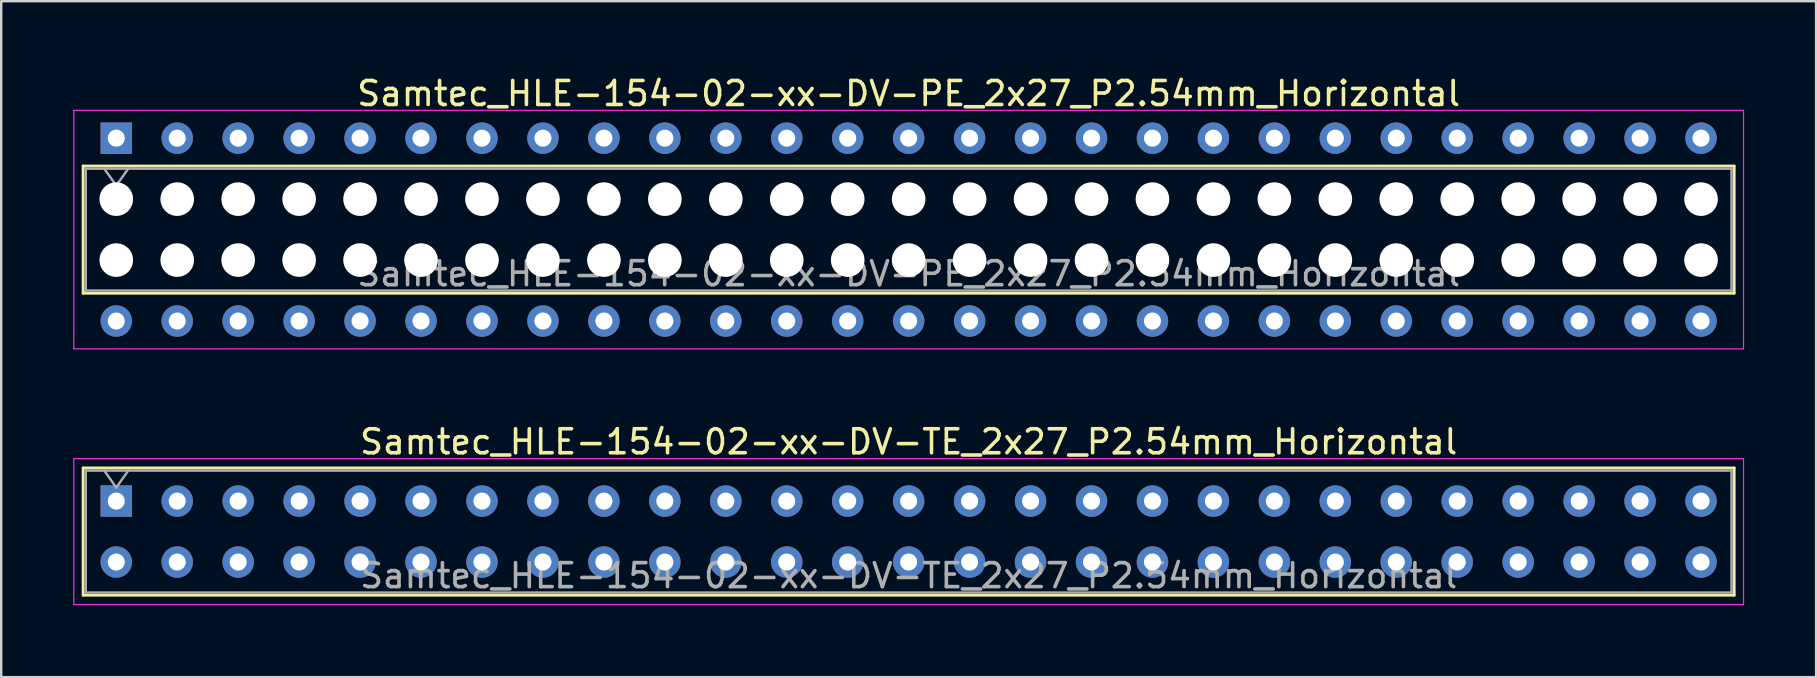
<source format=kicad_pcb>
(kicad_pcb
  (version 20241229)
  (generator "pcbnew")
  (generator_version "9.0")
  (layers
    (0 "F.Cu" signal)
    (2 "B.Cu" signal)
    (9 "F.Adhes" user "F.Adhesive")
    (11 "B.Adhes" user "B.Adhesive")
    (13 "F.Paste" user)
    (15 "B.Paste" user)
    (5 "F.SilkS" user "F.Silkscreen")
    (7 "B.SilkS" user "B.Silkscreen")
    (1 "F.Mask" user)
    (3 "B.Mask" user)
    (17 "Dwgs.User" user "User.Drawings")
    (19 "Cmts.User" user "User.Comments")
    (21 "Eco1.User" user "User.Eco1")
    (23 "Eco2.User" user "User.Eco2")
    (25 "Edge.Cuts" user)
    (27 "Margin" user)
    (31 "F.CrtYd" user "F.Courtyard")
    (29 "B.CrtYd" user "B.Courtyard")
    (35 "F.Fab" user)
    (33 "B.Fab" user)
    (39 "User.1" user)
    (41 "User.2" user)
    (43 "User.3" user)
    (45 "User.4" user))
  (footprint "Samtec_HLE-154-02-xx-DV-PE_2x27_P2.54mm_Horizontal"
    (layer "F.Cu")
    (at 1.795 2.708)
    (property "Reference" "Samtec_HLE-154-02-xx-DV-PE_2x27_P2.54mm_Horizontal" (at 33.02 -1.86 0) (layer "F.SilkS") (effects (font (size 1 1) (thickness 0.15))))
    (attr through_hole)
    (fp_line (start -1.38 1.16) (end 67.42 1.16) (stroke (width 0.12) (type solid)) (layer "F.SilkS"))
    (fp_line (start -1.38 6.46) (end -1.38 1.16) (stroke (width 0.12) (type solid)) (layer "F.SilkS"))
    (fp_line (start 67.42 1.16) (end 67.42 6.46) (stroke (width 0.12) (type solid)) (layer "F.SilkS"))
    (fp_line (start 67.42 6.46) (end -1.38 6.46) (stroke (width 0.12) (type solid)) (layer "F.SilkS"))
    (fp_line (start -1.77 -1.16) (end 67.81 -1.16) (stroke (width 0.05) (type solid)) (layer "F.CrtYd"))
    (fp_line (start -1.77 8.78) (end -1.77 -1.16) (stroke (width 0.05) (type solid)) (layer "F.CrtYd"))
    (fp_line (start 67.81 -1.16) (end 67.81 8.78) (stroke (width 0.05) (type solid)) (layer "F.CrtYd"))
    (fp_line (start 67.81 8.78) (end -1.77 8.78) (stroke (width 0.05) (type solid)) (layer "F.CrtYd"))
    (fp_line (start -1.27 1.27) (end 67.31 1.27) (stroke (width 0.1) (type solid)) (layer "F.Fab"))
    (fp_line (start -1.27 6.35) (end -1.27 1.27) (stroke (width 0.1) (type solid)) (layer "F.Fab"))
    (fp_line (start -0.5 1.27) (end 0 1.977) (stroke (width 0.1) (type solid)) (layer "F.Fab"))
    (fp_line (start 0 1.977) (end 0.5 1.27) (stroke (width 0.1) (type solid)) (layer "F.Fab"))
    (fp_line (start 67.31 1.27) (end 67.31 6.35) (stroke (width 0.1) (type solid)) (layer "F.Fab"))
    (fp_line (start 67.31 6.35) (end -1.27 6.35) (stroke (width 0.1) (type solid)) (layer "F.Fab"))
    (fp_text user "${REFERENCE}" (at 33.02 5.65 0) (layer "F.Fab") (effects (font (size 1 1) (thickness 0.15))))
    (pad "" np_thru_hole circle (at 0 2.54) (size 1.4 1.4) (drill 1.4) (layers "*.Cu" "*.Mask"))
    (pad "" np_thru_hole circle (at 0 5.08) (size 1.4 1.4) (drill 1.4) (layers "*.Cu" "*.Mask"))
    (pad "" np_thru_hole circle (at 2.54 2.54) (size 1.4 1.4) (drill 1.4) (layers "*.Cu" "*.Mask"))
    (pad "" np_thru_hole circle (at 2.54 5.08) (size 1.4 1.4) (drill 1.4) (layers "*.Cu" "*.Mask"))
    (pad "" np_thru_hole circle (at 5.08 2.54) (size 1.4 1.4) (drill 1.4) (layers "*.Cu" "*.Mask"))
    (pad "" np_thru_hole circle (at 5.08 5.08) (size 1.4 1.4) (drill 1.4) (layers "*.Cu" "*.Mask"))
    (pad "" np_thru_hole circle (at 7.62 2.54) (size 1.4 1.4) (drill 1.4) (layers "*.Cu" "*.Mask"))
    (pad "" np_thru_hole circle (at 7.62 5.08) (size 1.4 1.4) (drill 1.4) (layers "*.Cu" "*.Mask"))
    (pad "" np_thru_hole circle (at 10.16 2.54) (size 1.4 1.4) (drill 1.4) (layers "*.Cu" "*.Mask"))
    (pad "" np_thru_hole circle (at 10.16 5.08) (size 1.4 1.4) (drill 1.4) (layers "*.Cu" "*.Mask"))
    (pad "" np_thru_hole circle (at 12.7 2.54) (size 1.4 1.4) (drill 1.4) (layers "*.Cu" "*.Mask"))
    (pad "" np_thru_hole circle (at 12.7 5.08) (size 1.4 1.4) (drill 1.4) (layers "*.Cu" "*.Mask"))
    (pad "" np_thru_hole circle (at 15.24 2.54) (size 1.4 1.4) (drill 1.4) (layers "*.Cu" "*.Mask"))
    (pad "" np_thru_hole circle (at 15.24 5.08) (size 1.4 1.4) (drill 1.4) (layers "*.Cu" "*.Mask"))
    (pad "" np_thru_hole circle (at 17.78 2.54) (size 1.4 1.4) (drill 1.4) (layers "*.Cu" "*.Mask"))
    (pad "" np_thru_hole circle (at 17.78 5.08) (size 1.4 1.4) (drill 1.4) (layers "*.Cu" "*.Mask"))
    (pad "" np_thru_hole circle (at 20.32 2.54) (size 1.4 1.4) (drill 1.4) (layers "*.Cu" "*.Mask"))
    (pad "" np_thru_hole circle (at 20.32 5.08) (size 1.4 1.4) (drill 1.4) (layers "*.Cu" "*.Mask"))
    (pad "" np_thru_hole circle (at 22.86 2.54) (size 1.4 1.4) (drill 1.4) (layers "*.Cu" "*.Mask"))
    (pad "" np_thru_hole circle (at 22.86 5.08) (size 1.4 1.4) (drill 1.4) (layers "*.Cu" "*.Mask"))
    (pad "" np_thru_hole circle (at 25.4 2.54) (size 1.4 1.4) (drill 1.4) (layers "*.Cu" "*.Mask"))
    (pad "" np_thru_hole circle (at 25.4 5.08) (size 1.4 1.4) (drill 1.4) (layers "*.Cu" "*.Mask"))
    (pad "" np_thru_hole circle (at 27.94 2.54) (size 1.4 1.4) (drill 1.4) (layers "*.Cu" "*.Mask"))
    (pad "" np_thru_hole circle (at 27.94 5.08) (size 1.4 1.4) (drill 1.4) (layers "*.Cu" "*.Mask"))
    (pad "" np_thru_hole circle (at 30.48 2.54) (size 1.4 1.4) (drill 1.4) (layers "*.Cu" "*.Mask"))
    (pad "" np_thru_hole circle (at 30.48 5.08) (size 1.4 1.4) (drill 1.4) (layers "*.Cu" "*.Mask"))
    (pad "" np_thru_hole circle (at 33.02 2.54) (size 1.4 1.4) (drill 1.4) (layers "*.Cu" "*.Mask"))
    (pad "" np_thru_hole circle (at 33.02 5.08) (size 1.4 1.4) (drill 1.4) (layers "*.Cu" "*.Mask"))
    (pad "" np_thru_hole circle (at 35.56 2.54) (size 1.4 1.4) (drill 1.4) (layers "*.Cu" "*.Mask"))
    (pad "" np_thru_hole circle (at 35.56 5.08) (size 1.4 1.4) (drill 1.4) (layers "*.Cu" "*.Mask"))
    (pad "" np_thru_hole circle (at 38.1 2.54) (size 1.4 1.4) (drill 1.4) (layers "*.Cu" "*.Mask"))
    (pad "" np_thru_hole circle (at 38.1 5.08) (size 1.4 1.4) (drill 1.4) (layers "*.Cu" "*.Mask"))
    (pad "" np_thru_hole circle (at 40.64 2.54) (size 1.4 1.4) (drill 1.4) (layers "*.Cu" "*.Mask"))
    (pad "" np_thru_hole circle (at 40.64 5.08) (size 1.4 1.4) (drill 1.4) (layers "*.Cu" "*.Mask"))
    (pad "" np_thru_hole circle (at 43.18 2.54) (size 1.4 1.4) (drill 1.4) (layers "*.Cu" "*.Mask"))
    (pad "" np_thru_hole circle (at 43.18 5.08) (size 1.4 1.4) (drill 1.4) (layers "*.Cu" "*.Mask"))
    (pad "" np_thru_hole circle (at 45.72 2.54) (size 1.4 1.4) (drill 1.4) (layers "*.Cu" "*.Mask"))
    (pad "" np_thru_hole circle (at 45.72 5.08) (size 1.4 1.4) (drill 1.4) (layers "*.Cu" "*.Mask"))
    (pad "" np_thru_hole circle (at 48.26 2.54) (size 1.4 1.4) (drill 1.4) (layers "*.Cu" "*.Mask"))
    (pad "" np_thru_hole circle (at 48.26 5.08) (size 1.4 1.4) (drill 1.4) (layers "*.Cu" "*.Mask"))
    (pad "" np_thru_hole circle (at 50.8 2.54) (size 1.4 1.4) (drill 1.4) (layers "*.Cu" "*.Mask"))
    (pad "" np_thru_hole circle (at 50.8 5.08) (size 1.4 1.4) (drill 1.4) (layers "*.Cu" "*.Mask"))
    (pad "" np_thru_hole circle (at 53.34 2.54) (size 1.4 1.4) (drill 1.4) (layers "*.Cu" "*.Mask"))
    (pad "" np_thru_hole circle (at 53.34 5.08) (size 1.4 1.4) (drill 1.4) (layers "*.Cu" "*.Mask"))
    (pad "" np_thru_hole circle (at 55.88 2.54) (size 1.4 1.4) (drill 1.4) (layers "*.Cu" "*.Mask"))
    (pad "" np_thru_hole circle (at 55.88 5.08) (size 1.4 1.4) (drill 1.4) (layers "*.Cu" "*.Mask"))
    (pad "" np_thru_hole circle (at 58.42 2.54) (size 1.4 1.4) (drill 1.4) (layers "*.Cu" "*.Mask"))
    (pad "" np_thru_hole circle (at 58.42 5.08) (size 1.4 1.4) (drill 1.4) (layers "*.Cu" "*.Mask"))
    (pad "" np_thru_hole circle (at 60.96 2.54) (size 1.4 1.4) (drill 1.4) (layers "*.Cu" "*.Mask"))
    (pad "" np_thru_hole circle (at 60.96 5.08) (size 1.4 1.4) (drill 1.4) (layers "*.Cu" "*.Mask"))
    (pad "" np_thru_hole circle (at 63.5 2.54) (size 1.4 1.4) (drill 1.4) (layers "*.Cu" "*.Mask"))
    (pad "" np_thru_hole circle (at 63.5 5.08) (size 1.4 1.4) (drill 1.4) (layers "*.Cu" "*.Mask"))
    (pad "" np_thru_hole circle (at 66.04 2.54) (size 1.4 1.4) (drill 1.4) (layers "*.Cu" "*.Mask"))
    (pad "" np_thru_hole circle (at 66.04 5.08) (size 1.4 1.4) (drill 1.4) (layers "*.Cu" "*.Mask"))
    (pad "1" thru_hole rect (at 0 0) (size 1.31 1.31) (drill 0.71) (layers "*.Cu" "*.Mask"))
    (pad "2" thru_hole circle (at 0 7.62) (size 1.31 1.31) (drill 0.71) (layers "*.Cu" "*.Mask"))
    (pad "3" thru_hole circle (at 2.54 0) (size 1.31 1.31) (drill 0.71) (layers "*.Cu" "*.Mask"))
    (pad "4" thru_hole circle (at 2.54 7.62) (size 1.31 1.31) (drill 0.71) (layers "*.Cu" "*.Mask"))
    (pad "5" thru_hole circle (at 5.08 0) (size 1.31 1.31) (drill 0.71) (layers "*.Cu" "*.Mask"))
    (pad "6" thru_hole circle (at 5.08 7.62) (size 1.31 1.31) (drill 0.71) (layers "*.Cu" "*.Mask"))
    (pad "7" thru_hole circle (at 7.62 0) (size 1.31 1.31) (drill 0.71) (layers "*.Cu" "*.Mask"))
    (pad "8" thru_hole circle (at 7.62 7.62) (size 1.31 1.31) (drill 0.71) (layers "*.Cu" "*.Mask"))
    (pad "9" thru_hole circle (at 10.16 0) (size 1.31 1.31) (drill 0.71) (layers "*.Cu" "*.Mask"))
    (pad "10" thru_hole circle (at 10.16 7.62) (size 1.31 1.31) (drill 0.71) (layers "*.Cu" "*.Mask"))
    (pad "11" thru_hole circle (at 12.7 0) (size 1.31 1.31) (drill 0.71) (layers "*.Cu" "*.Mask"))
    (pad "12" thru_hole circle (at 12.7 7.62) (size 1.31 1.31) (drill 0.71) (layers "*.Cu" "*.Mask"))
    (pad "13" thru_hole circle (at 15.24 0) (size 1.31 1.31) (drill 0.71) (layers "*.Cu" "*.Mask"))
    (pad "14" thru_hole circle (at 15.24 7.62) (size 1.31 1.31) (drill 0.71) (layers "*.Cu" "*.Mask"))
    (pad "15" thru_hole circle (at 17.78 0) (size 1.31 1.31) (drill 0.71) (layers "*.Cu" "*.Mask"))
    (pad "16" thru_hole circle (at 17.78 7.62) (size 1.31 1.31) (drill 0.71) (layers "*.Cu" "*.Mask"))
    (pad "17" thru_hole circle (at 20.32 0) (size 1.31 1.31) (drill 0.71) (layers "*.Cu" "*.Mask"))
    (pad "18" thru_hole circle (at 20.32 7.62) (size 1.31 1.31) (drill 0.71) (layers "*.Cu" "*.Mask"))
    (pad "19" thru_hole circle (at 22.86 0) (size 1.31 1.31) (drill 0.71) (layers "*.Cu" "*.Mask"))
    (pad "20" thru_hole circle (at 22.86 7.62) (size 1.31 1.31) (drill 0.71) (layers "*.Cu" "*.Mask"))
    (pad "21" thru_hole circle (at 25.4 0) (size 1.31 1.31) (drill 0.71) (layers "*.Cu" "*.Mask"))
    (pad "22" thru_hole circle (at 25.4 7.62) (size 1.31 1.31) (drill 0.71) (layers "*.Cu" "*.Mask"))
    (pad "23" thru_hole circle (at 27.94 0) (size 1.31 1.31) (drill 0.71) (layers "*.Cu" "*.Mask"))
    (pad "24" thru_hole circle (at 27.94 7.62) (size 1.31 1.31) (drill 0.71) (layers "*.Cu" "*.Mask"))
    (pad "25" thru_hole circle (at 30.48 0) (size 1.31 1.31) (drill 0.71) (layers "*.Cu" "*.Mask"))
    (pad "26" thru_hole circle (at 30.48 7.62) (size 1.31 1.31) (drill 0.71) (layers "*.Cu" "*.Mask"))
    (pad "27" thru_hole circle (at 33.02 0) (size 1.31 1.31) (drill 0.71) (layers "*.Cu" "*.Mask"))
    (pad "28" thru_hole circle (at 33.02 7.62) (size 1.31 1.31) (drill 0.71) (layers "*.Cu" "*.Mask"))
    (pad "29" thru_hole circle (at 35.56 0) (size 1.31 1.31) (drill 0.71) (layers "*.Cu" "*.Mask"))
    (pad "30" thru_hole circle (at 35.56 7.62) (size 1.31 1.31) (drill 0.71) (layers "*.Cu" "*.Mask"))
    (pad "31" thru_hole circle (at 38.1 0) (size 1.31 1.31) (drill 0.71) (layers "*.Cu" "*.Mask"))
    (pad "32" thru_hole circle (at 38.1 7.62) (size 1.31 1.31) (drill 0.71) (layers "*.Cu" "*.Mask"))
    (pad "33" thru_hole circle (at 40.64 0) (size 1.31 1.31) (drill 0.71) (layers "*.Cu" "*.Mask"))
    (pad "34" thru_hole circle (at 40.64 7.62) (size 1.31 1.31) (drill 0.71) (layers "*.Cu" "*.Mask"))
    (pad "35" thru_hole circle (at 43.18 0) (size 1.31 1.31) (drill 0.71) (layers "*.Cu" "*.Mask"))
    (pad "36" thru_hole circle (at 43.18 7.62) (size 1.31 1.31) (drill 0.71) (layers "*.Cu" "*.Mask"))
    (pad "37" thru_hole circle (at 45.72 0) (size 1.31 1.31) (drill 0.71) (layers "*.Cu" "*.Mask"))
    (pad "38" thru_hole circle (at 45.72 7.62) (size 1.31 1.31) (drill 0.71) (layers "*.Cu" "*.Mask"))
    (pad "39" thru_hole circle (at 48.26 0) (size 1.31 1.31) (drill 0.71) (layers "*.Cu" "*.Mask"))
    (pad "40" thru_hole circle (at 48.26 7.62) (size 1.31 1.31) (drill 0.71) (layers "*.Cu" "*.Mask"))
    (pad "41" thru_hole circle (at 50.8 0) (size 1.31 1.31) (drill 0.71) (layers "*.Cu" "*.Mask"))
    (pad "42" thru_hole circle (at 50.8 7.62) (size 1.31 1.31) (drill 0.71) (layers "*.Cu" "*.Mask"))
    (pad "43" thru_hole circle (at 53.34 0) (size 1.31 1.31) (drill 0.71) (layers "*.Cu" "*.Mask"))
    (pad "44" thru_hole circle (at 53.34 7.62) (size 1.31 1.31) (drill 0.71) (layers "*.Cu" "*.Mask"))
    (pad "45" thru_hole circle (at 55.88 0) (size 1.31 1.31) (drill 0.71) (layers "*.Cu" "*.Mask"))
    (pad "46" thru_hole circle (at 55.88 7.62) (size 1.31 1.31) (drill 0.71) (layers "*.Cu" "*.Mask"))
    (pad "47" thru_hole circle (at 58.42 0) (size 1.31 1.31) (drill 0.71) (layers "*.Cu" "*.Mask"))
    (pad "48" thru_hole circle (at 58.42 7.62) (size 1.31 1.31) (drill 0.71) (layers "*.Cu" "*.Mask"))
    (pad "49" thru_hole circle (at 60.96 0) (size 1.31 1.31) (drill 0.71) (layers "*.Cu" "*.Mask"))
    (pad "50" thru_hole circle (at 60.96 7.62) (size 1.31 1.31) (drill 0.71) (layers "*.Cu" "*.Mask"))
    (pad "51" thru_hole circle (at 63.5 0) (size 1.31 1.31) (drill 0.71) (layers "*.Cu" "*.Mask"))
    (pad "52" thru_hole circle (at 63.5 7.62) (size 1.31 1.31) (drill 0.71) (layers "*.Cu" "*.Mask"))
    (pad "53" thru_hole circle (at 66.04 0) (size 1.31 1.31) (drill 0.71) (layers "*.Cu" "*.Mask"))
    (pad "54" thru_hole circle (at 66.04 7.62) (size 1.31 1.31) (drill 0.71) (layers "*.Cu" "*.Mask")))
  (footprint "Samtec_HLE-154-02-xx-DV-TE_2x27_P2.54mm_Horizontal"
    (layer "F.Cu")
    (at 1.795 17.831)
    (property "Reference" "Samtec_HLE-154-02-xx-DV-TE_2x27_P2.54mm_Horizontal" (at 33.02 -2.47 0) (layer "F.SilkS") (effects (font (size 1 1) (thickness 0.15))))
    (attr through_hole)
    (fp_line (start -1.38 -1.38) (end 67.42 -1.38) (stroke (width 0.12) (type solid)) (layer "F.SilkS"))
    (fp_line (start -1.38 3.92) (end -1.38 -1.38) (stroke (width 0.12) (type solid)) (layer "F.SilkS"))
    (fp_line (start 67.42 -1.38) (end 67.42 3.92) (stroke (width 0.12) (type solid)) (layer "F.SilkS"))
    (fp_line (start 67.42 3.92) (end -1.38 3.92) (stroke (width 0.12) (type solid)) (layer "F.SilkS"))
    (fp_line (start -1.77 -1.77) (end 67.81 -1.77) (stroke (width 0.05) (type solid)) (layer "F.CrtYd"))
    (fp_line (start -1.77 4.31) (end -1.77 -1.77) (stroke (width 0.05) (type solid)) (layer "F.CrtYd"))
    (fp_line (start 67.81 -1.77) (end 67.81 4.31) (stroke (width 0.05) (type solid)) (layer "F.CrtYd"))
    (fp_line (start 67.81 4.31) (end -1.77 4.31) (stroke (width 0.05) (type solid)) (layer "F.CrtYd"))
    (fp_line (start -1.27 -1.27) (end 67.31 -1.27) (stroke (width 0.1) (type solid)) (layer "F.Fab"))
    (fp_line (start -1.27 3.81) (end -1.27 -1.27) (stroke (width 0.1) (type solid)) (layer "F.Fab"))
    (fp_line (start -0.5 -1.27) (end 0 -0.563) (stroke (width 0.1) (type solid)) (layer "F.Fab"))
    (fp_line (start 0 -0.563) (end 0.5 -1.27) (stroke (width 0.1) (type solid)) (layer "F.Fab"))
    (fp_line (start 67.31 -1.27) (end 67.31 3.81) (stroke (width 0.1) (type solid)) (layer "F.Fab"))
    (fp_line (start 67.31 3.81) (end -1.27 3.81) (stroke (width 0.1) (type solid)) (layer "F.Fab"))
    (fp_text user "${REFERENCE}" (at 33.02 3.11 0) (layer "F.Fab") (effects (font (size 1 1) (thickness 0.15))))
    (pad "1" thru_hole rect (at 0 0) (size 1.31 1.31) (drill 0.71) (layers "*.Cu" "*.Mask"))
    (pad "2" thru_hole circle (at 0 2.54) (size 1.31 1.31) (drill 0.71) (layers "*.Cu" "*.Mask"))
    (pad "3" thru_hole circle (at 2.54 0) (size 1.31 1.31) (drill 0.71) (layers "*.Cu" "*.Mask"))
    (pad "4" thru_hole circle (at 2.54 2.54) (size 1.31 1.31) (drill 0.71) (layers "*.Cu" "*.Mask"))
    (pad "5" thru_hole circle (at 5.08 0) (size 1.31 1.31) (drill 0.71) (layers "*.Cu" "*.Mask"))
    (pad "6" thru_hole circle (at 5.08 2.54) (size 1.31 1.31) (drill 0.71) (layers "*.Cu" "*.Mask"))
    (pad "7" thru_hole circle (at 7.62 0) (size 1.31 1.31) (drill 0.71) (layers "*.Cu" "*.Mask"))
    (pad "8" thru_hole circle (at 7.62 2.54) (size 1.31 1.31) (drill 0.71) (layers "*.Cu" "*.Mask"))
    (pad "9" thru_hole circle (at 10.16 0) (size 1.31 1.31) (drill 0.71) (layers "*.Cu" "*.Mask"))
    (pad "10" thru_hole circle (at 10.16 2.54) (size 1.31 1.31) (drill 0.71) (layers "*.Cu" "*.Mask"))
    (pad "11" thru_hole circle (at 12.7 0) (size 1.31 1.31) (drill 0.71) (layers "*.Cu" "*.Mask"))
    (pad "12" thru_hole circle (at 12.7 2.54) (size 1.31 1.31) (drill 0.71) (layers "*.Cu" "*.Mask"))
    (pad "13" thru_hole circle (at 15.24 0) (size 1.31 1.31) (drill 0.71) (layers "*.Cu" "*.Mask"))
    (pad "14" thru_hole circle (at 15.24 2.54) (size 1.31 1.31) (drill 0.71) (layers "*.Cu" "*.Mask"))
    (pad "15" thru_hole circle (at 17.78 0) (size 1.31 1.31) (drill 0.71) (layers "*.Cu" "*.Mask"))
    (pad "16" thru_hole circle (at 17.78 2.54) (size 1.31 1.31) (drill 0.71) (layers "*.Cu" "*.Mask"))
    (pad "17" thru_hole circle (at 20.32 0) (size 1.31 1.31) (drill 0.71) (layers "*.Cu" "*.Mask"))
    (pad "18" thru_hole circle (at 20.32 2.54) (size 1.31 1.31) (drill 0.71) (layers "*.Cu" "*.Mask"))
    (pad "19" thru_hole circle (at 22.86 0) (size 1.31 1.31) (drill 0.71) (layers "*.Cu" "*.Mask"))
    (pad "20" thru_hole circle (at 22.86 2.54) (size 1.31 1.31) (drill 0.71) (layers "*.Cu" "*.Mask"))
    (pad "21" thru_hole circle (at 25.4 0) (size 1.31 1.31) (drill 0.71) (layers "*.Cu" "*.Mask"))
    (pad "22" thru_hole circle (at 25.4 2.54) (size 1.31 1.31) (drill 0.71) (layers "*.Cu" "*.Mask"))
    (pad "23" thru_hole circle (at 27.94 0) (size 1.31 1.31) (drill 0.71) (layers "*.Cu" "*.Mask"))
    (pad "24" thru_hole circle (at 27.94 2.54) (size 1.31 1.31) (drill 0.71) (layers "*.Cu" "*.Mask"))
    (pad "25" thru_hole circle (at 30.48 0) (size 1.31 1.31) (drill 0.71) (layers "*.Cu" "*.Mask"))
    (pad "26" thru_hole circle (at 30.48 2.54) (size 1.31 1.31) (drill 0.71) (layers "*.Cu" "*.Mask"))
    (pad "27" thru_hole circle (at 33.02 0) (size 1.31 1.31) (drill 0.71) (layers "*.Cu" "*.Mask"))
    (pad "28" thru_hole circle (at 33.02 2.54) (size 1.31 1.31) (drill 0.71) (layers "*.Cu" "*.Mask"))
    (pad "29" thru_hole circle (at 35.56 0) (size 1.31 1.31) (drill 0.71) (layers "*.Cu" "*.Mask"))
    (pad "30" thru_hole circle (at 35.56 2.54) (size 1.31 1.31) (drill 0.71) (layers "*.Cu" "*.Mask"))
    (pad "31" thru_hole circle (at 38.1 0) (size 1.31 1.31) (drill 0.71) (layers "*.Cu" "*.Mask"))
    (pad "32" thru_hole circle (at 38.1 2.54) (size 1.31 1.31) (drill 0.71) (layers "*.Cu" "*.Mask"))
    (pad "33" thru_hole circle (at 40.64 0) (size 1.31 1.31) (drill 0.71) (layers "*.Cu" "*.Mask"))
    (pad "34" thru_hole circle (at 40.64 2.54) (size 1.31 1.31) (drill 0.71) (layers "*.Cu" "*.Mask"))
    (pad "35" thru_hole circle (at 43.18 0) (size 1.31 1.31) (drill 0.71) (layers "*.Cu" "*.Mask"))
    (pad "36" thru_hole circle (at 43.18 2.54) (size 1.31 1.31) (drill 0.71) (layers "*.Cu" "*.Mask"))
    (pad "37" thru_hole circle (at 45.72 0) (size 1.31 1.31) (drill 0.71) (layers "*.Cu" "*.Mask"))
    (pad "38" thru_hole circle (at 45.72 2.54) (size 1.31 1.31) (drill 0.71) (layers "*.Cu" "*.Mask"))
    (pad "39" thru_hole circle (at 48.26 0) (size 1.31 1.31) (drill 0.71) (layers "*.Cu" "*.Mask"))
    (pad "40" thru_hole circle (at 48.26 2.54) (size 1.31 1.31) (drill 0.71) (layers "*.Cu" "*.Mask"))
    (pad "41" thru_hole circle (at 50.8 0) (size 1.31 1.31) (drill 0.71) (layers "*.Cu" "*.Mask"))
    (pad "42" thru_hole circle (at 50.8 2.54) (size 1.31 1.31) (drill 0.71) (layers "*.Cu" "*.Mask"))
    (pad "43" thru_hole circle (at 53.34 0) (size 1.31 1.31) (drill 0.71) (layers "*.Cu" "*.Mask"))
    (pad "44" thru_hole circle (at 53.34 2.54) (size 1.31 1.31) (drill 0.71) (layers "*.Cu" "*.Mask"))
    (pad "45" thru_hole circle (at 55.88 0) (size 1.31 1.31) (drill 0.71) (layers "*.Cu" "*.Mask"))
    (pad "46" thru_hole circle (at 55.88 2.54) (size 1.31 1.31) (drill 0.71) (layers "*.Cu" "*.Mask"))
    (pad "47" thru_hole circle (at 58.42 0) (size 1.31 1.31) (drill 0.71) (layers "*.Cu" "*.Mask"))
    (pad "48" thru_hole circle (at 58.42 2.54) (size 1.31 1.31) (drill 0.71) (layers "*.Cu" "*.Mask"))
    (pad "49" thru_hole circle (at 60.96 0) (size 1.31 1.31) (drill 0.71) (layers "*.Cu" "*.Mask"))
    (pad "50" thru_hole circle (at 60.96 2.54) (size 1.31 1.31) (drill 0.71) (layers "*.Cu" "*.Mask"))
    (pad "51" thru_hole circle (at 63.5 0) (size 1.31 1.31) (drill 0.71) (layers "*.Cu" "*.Mask"))
    (pad "52" thru_hole circle (at 63.5 2.54) (size 1.31 1.31) (drill 0.71) (layers "*.Cu" "*.Mask"))
    (pad "53" thru_hole circle (at 66.04 0) (size 1.31 1.31) (drill 0.71) (layers "*.Cu" "*.Mask"))
    (pad "54" thru_hole circle (at 66.04 2.54) (size 1.31 1.31) (drill 0.71) (layers "*.Cu" "*.Mask")))
  (gr_rect
    (start -3 -3)
    (end 72.63 25.166)
    (stroke (width 0.1) (type default))
    (fill no)
    (layer "Edge.Cuts")))
</source>
